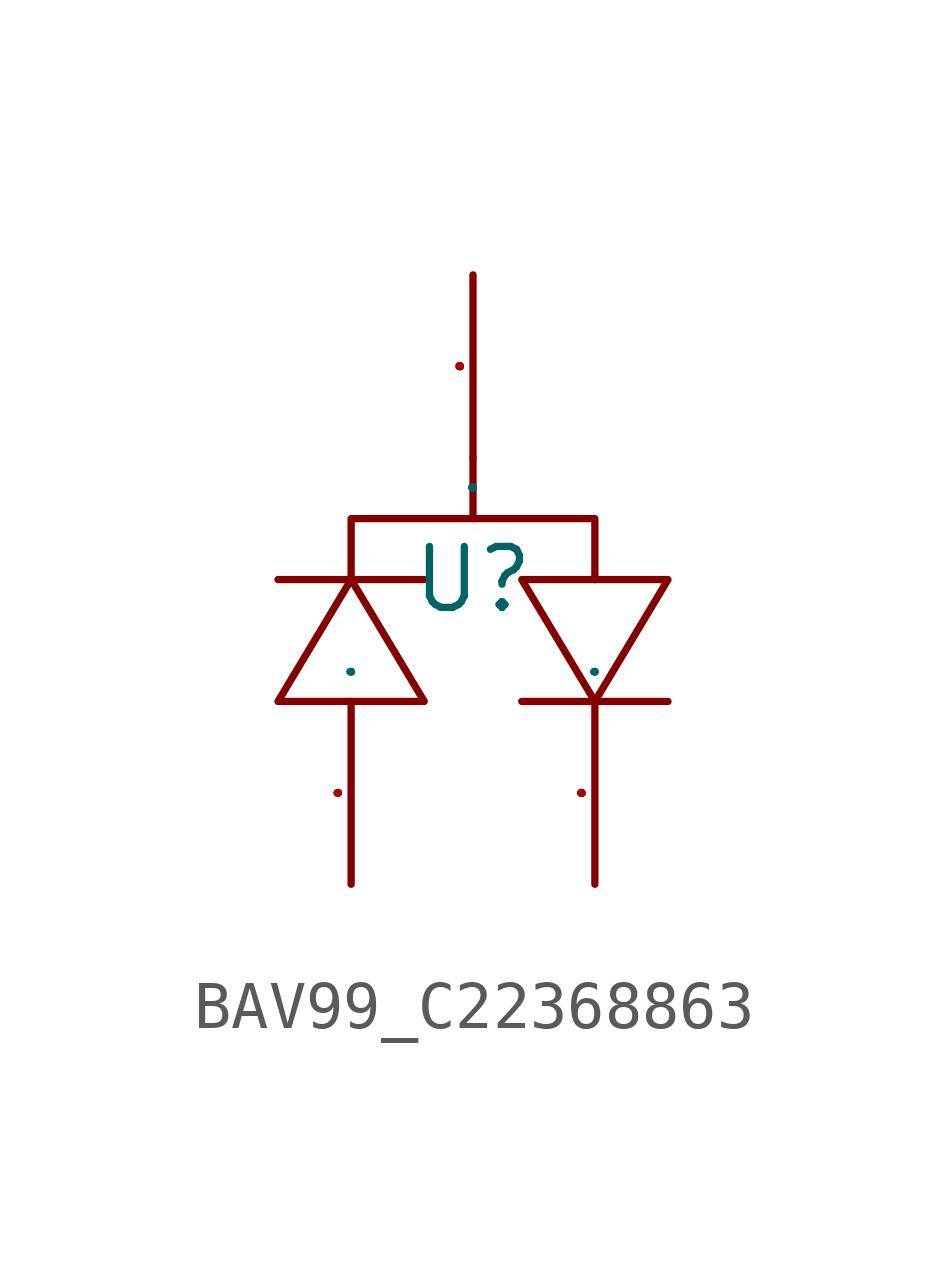
<source format=kicad_sym>
(kicad_symbol_lib
  (version 20241209)
  (generator "kicad_symbol_editor")
  (generator_version "9.0")
  (symbol "BAV99_C22368863"
    (property "Reference" "U"
      (at 0 0 0)
      (effects (font (size 1.27 1.27))))
    (property "Value" ""
      (at 0 0 0)
      (effects (font (size 1.27 1.27))))
    (symbol "BAV99_C22368863_1_0"
      (polyline (pts (xy -4.064 0) (xy -1.016 0)) (stroke (width 0) (type default)) (fill (type none)))
      (polyline (pts (xy -2.54 0) (xy -2.54 1.27) (xy -2.54 1.27) (xy 0 1.27) (xy 0 1.27) (xy 0 2.54)) (stroke (width 0) (type default)) (fill (type none)))
      (polyline (pts (xy -1.016 -2.54) (xy -2.54 0) (xy -2.54 0) (xy -4.064 -2.54) (xy -4.064 -2.54) (xy -1.016 -2.54)) (stroke (width 0) (type default)) (fill (type none)))
      (polyline (pts (xy 0 1.27) (xy 2.54 1.27) (xy 2.54 1.27) (xy 2.54 0)) (stroke (width 0) (type default)) (fill (type none)))
      (polyline (pts (xy 1.016 -2.54) (xy 4.064 -2.54)) (stroke (width 0) (type default)) (fill (type none)))
      (polyline (pts (xy 4.064 0) (xy 2.54 -2.54) (xy 2.54 -2.54) (xy 1.016 0) (xy 1.016 0) (xy 4.064 0)) (stroke (width 0) (type default)) (fill (type none)))
      (pin unspecified line (at -2.54 -6.35 90) (length 3.81) (name "A" (effects (font (size 0.025 0.025)))) (number "1" (effects (font (size 0.025 0.025)))))
      (pin unspecified line (at 0 6.35 270) (length 3.81) (name "C" (effects (font (size 0.025 0.025)))) (number "3" (effects (font (size 0.025 0.025)))))
      (pin unspecified line (at 2.54 -6.35 90) (length 3.81) (name "A" (effects (font (size 0.025 0.025)))) (number "2" (effects (font (size 0.025 0.025))))))))
</source>
